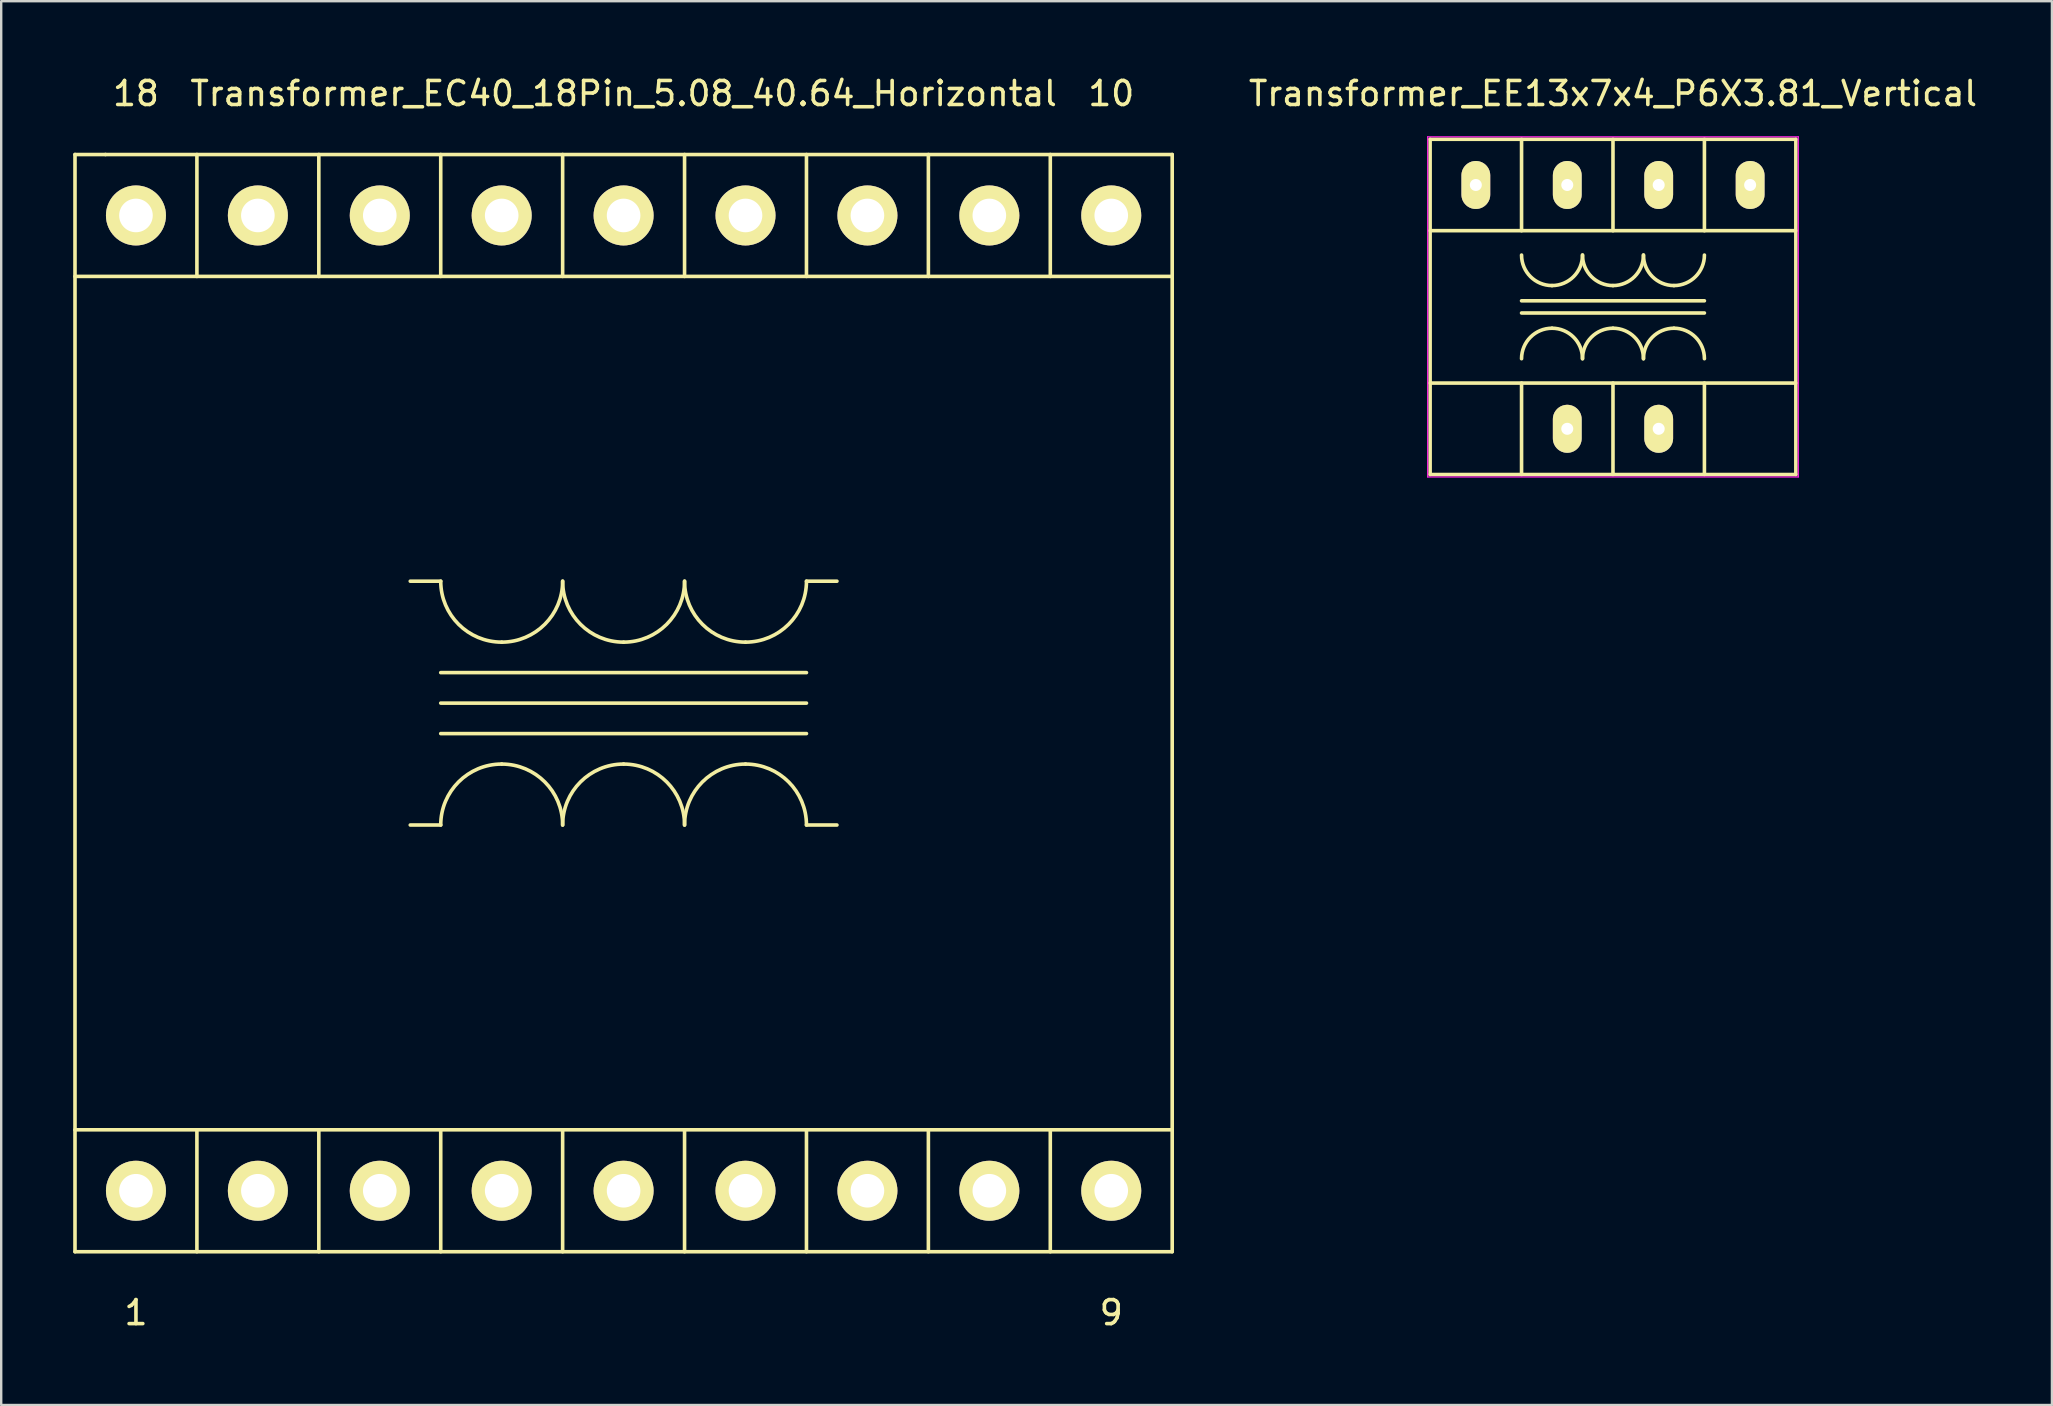
<source format=kicad_pcb>
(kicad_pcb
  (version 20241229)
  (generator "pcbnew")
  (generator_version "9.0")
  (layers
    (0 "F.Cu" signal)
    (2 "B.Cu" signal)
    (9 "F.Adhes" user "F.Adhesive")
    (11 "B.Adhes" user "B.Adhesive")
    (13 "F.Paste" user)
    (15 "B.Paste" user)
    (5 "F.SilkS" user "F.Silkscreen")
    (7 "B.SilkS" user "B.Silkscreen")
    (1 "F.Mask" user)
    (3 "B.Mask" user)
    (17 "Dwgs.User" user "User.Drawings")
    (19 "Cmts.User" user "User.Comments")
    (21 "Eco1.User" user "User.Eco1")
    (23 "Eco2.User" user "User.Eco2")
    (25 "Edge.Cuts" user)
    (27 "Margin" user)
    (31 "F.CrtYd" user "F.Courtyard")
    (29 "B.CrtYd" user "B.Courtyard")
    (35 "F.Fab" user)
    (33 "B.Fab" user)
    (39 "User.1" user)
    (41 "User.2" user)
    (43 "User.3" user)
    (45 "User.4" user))
  (footprint "Transformer_EE13x7x4_P6X3.81_Vertical"
    (layer "F.Cu")
    (at 62.257 14.818)
    (property "Reference" "Transformer_EE13x7x4_P6X3.81_Vertical" (at 1.905 -13.97 0) (layer "F.SilkS") (effects (font (size 1 1) (thickness 0.15))))
    (attr through_hole)
    (fp_line (start -5.715 -12.065) (end 9.525 -12.065) (stroke (width 0.15) (type solid)) (layer "F.SilkS"))
    (fp_line (start -5.715 -8.255) (end 9.525 -8.255) (stroke (width 0.15) (type solid)) (layer "F.SilkS"))
    (fp_line (start -5.715 -1.905) (end 9.525 -1.905) (stroke (width 0.15) (type solid)) (layer "F.SilkS"))
    (fp_line (start -5.715 1.905) (end -5.715 -12.065) (stroke (width 0.15) (type solid)) (layer "F.SilkS"))
    (fp_line (start -1.905 -12.065) (end -1.905 -8.255) (stroke (width 0.15) (type solid)) (layer "F.SilkS"))
    (fp_line (start -1.905 -5.334) (end 5.715 -5.334) (stroke (width 0.15) (type solid)) (layer "F.SilkS"))
    (fp_line (start -1.905 -4.826) (end 5.715 -4.826) (stroke (width 0.15) (type solid)) (layer "F.SilkS"))
    (fp_line (start -1.905 -1.905) (end -1.905 1.905) (stroke (width 0.15) (type solid)) (layer "F.SilkS"))
    (fp_line (start 1.905 -12.065) (end 1.905 -8.255) (stroke (width 0.15) (type solid)) (layer "F.SilkS"))
    (fp_line (start 1.905 -1.905) (end 1.905 1.905) (stroke (width 0.15) (type solid)) (layer "F.SilkS"))
    (fp_line (start 5.715 -12.065) (end 5.715 -8.255) (stroke (width 0.15) (type solid)) (layer "F.SilkS"))
    (fp_line (start 5.715 -1.905) (end 5.715 1.905) (stroke (width 0.15) (type solid)) (layer "F.SilkS"))
    (fp_line (start 9.525 -12.065) (end 9.525 1.905) (stroke (width 0.15) (type solid)) (layer "F.SilkS"))
    (fp_line (start 9.525 1.905) (end -5.715 1.905) (stroke (width 0.15) (type solid)) (layer "F.SilkS"))
    (fp_arc (start -1.905 -2.921) (mid -1.533026 -3.819026) (end -0.635 -4.191) (stroke (width 0.15) (type solid)) (layer "F.SilkS"))
    (fp_arc (start -0.635 -5.969) (mid -1.533026 -6.340974) (end -1.905 -7.239) (stroke (width 0.15) (type solid)) (layer "F.SilkS"))
    (fp_arc (start -0.635 -4.191) (mid 0.263026 -3.819026) (end 0.635 -2.921) (stroke (width 0.15) (type solid)) (layer "F.SilkS"))
    (fp_arc (start 0.635 -7.239) (mid 0.263026 -6.340974) (end -0.635 -5.969) (stroke (width 0.15) (type solid)) (layer "F.SilkS"))
    (fp_arc (start 0.635 -2.921) (mid 1.006974 -3.819026) (end 1.905 -4.191) (stroke (width 0.15) (type solid)) (layer "F.SilkS"))
    (fp_arc (start 1.905 -5.969) (mid 1.006974 -6.340974) (end 0.635 -7.239) (stroke (width 0.15) (type solid)) (layer "F.SilkS"))
    (fp_arc (start 1.905 -4.191) (mid 2.803026 -3.819026) (end 3.175 -2.921) (stroke (width 0.15) (type solid)) (layer "F.SilkS"))
    (fp_arc (start 3.175 -7.239) (mid 2.803026 -6.340974) (end 1.905 -5.969) (stroke (width 0.15) (type solid)) (layer "F.SilkS"))
    (fp_arc (start 3.175 -2.921) (mid 3.546974 -3.819026) (end 4.445 -4.191) (stroke (width 0.15) (type solid)) (layer "F.SilkS"))
    (fp_arc (start 4.445 -5.969) (mid 3.546974 -6.340974) (end 3.175 -7.239) (stroke (width 0.15) (type solid)) (layer "F.SilkS"))
    (fp_arc (start 4.445 -4.191) (mid 5.343026 -3.819026) (end 5.715 -2.921) (stroke (width 0.15) (type solid)) (layer "F.SilkS"))
    (fp_arc (start 5.715 -7.239) (mid 5.343026 -6.340974) (end 4.445 -5.969) (stroke (width 0.15) (type solid)) (layer "F.SilkS"))
    (fp_line (start -5.817 -12.167) (end 9.627 -12.167) (stroke (width 0.05) (type solid)) (layer "F.CrtYd"))
    (fp_line (start -5.817 2.007) (end -5.817 -12.167) (stroke (width 0.05) (type solid)) (layer "F.CrtYd"))
    (fp_line (start 9.627 -12.167) (end 9.627 2.007) (stroke (width 0.05) (type solid)) (layer "F.CrtYd"))
    (fp_line (start 9.627 2.007) (end -5.817 2.007) (stroke (width 0.05) (type solid)) (layer "F.CrtYd"))
    (pad "1" thru_hole oval (at 0 0) (size 1.2 2) (drill 0.5) (layers "*.Cu" "*.Mask" "F.SilkS"))
    (pad "2" thru_hole oval (at 3.81 0) (size 1.2 2) (drill 0.5) (layers "*.Cu" "*.Mask" "F.SilkS"))
    (pad "3" thru_hole oval (at 7.62 -10.16) (size 1.2 2) (drill 0.5) (layers "*.Cu" "*.Mask" "F.SilkS"))
    (pad "4" thru_hole oval (at 3.81 -10.16) (size 1.2 2) (drill 0.5) (layers "*.Cu" "*.Mask" "F.SilkS"))
    (pad "5" thru_hole oval (at 0 -10.16) (size 1.2 2) (drill 0.5) (layers "*.Cu" "*.Mask" "F.SilkS"))
    (pad "6" thru_hole oval (at -3.81 -10.16) (size 1.2 2) (drill 0.5) (layers "*.Cu" "*.Mask" "F.SilkS")))
  (footprint "Transformer_EC40_18Pin_5.08_40.64_Horizontal"
    (layer "F.Cu")
    (at 22.935 26.248)
    (property "Reference" "Transformer_EC40_18Pin_5.08_40.64_Horizontal" (at 0 -25.4 0) (layer "F.SilkS") (effects (font (size 1 1) (thickness 0.15))))
    (attr through_hole)
    (fp_line (start -22.86 -22.86) (end -22.86 22.86) (stroke (width 0.15) (type solid)) (layer "F.SilkS"))
    (fp_line (start -22.86 17.78) (end 22.86 17.78) (stroke (width 0.15) (type solid)) (layer "F.SilkS"))
    (fp_line (start -22.86 22.86) (end 22.86 22.86) (stroke (width 0.15) (type solid)) (layer "F.SilkS"))
    (fp_line (start -21.59 -22.86) (end -22.86 -22.86) (stroke (width 0.15) (type solid)) (layer "F.SilkS"))
    (fp_line (start -17.78 -22.86) (end -17.78 -17.78) (stroke (width 0.15) (type solid)) (layer "F.SilkS"))
    (fp_line (start -17.78 22.86) (end -17.78 17.78) (stroke (width 0.15) (type solid)) (layer "F.SilkS"))
    (fp_line (start -12.7 -22.86) (end -12.7 -17.78) (stroke (width 0.15) (type solid)) (layer "F.SilkS"))
    (fp_line (start -12.7 22.86) (end -12.7 17.78) (stroke (width 0.15) (type solid)) (layer "F.SilkS"))
    (fp_line (start -7.62 -22.86) (end -7.62 -17.78) (stroke (width 0.15) (type solid)) (layer "F.SilkS"))
    (fp_line (start -7.62 -5.08) (end -8.89 -5.08) (stroke (width 0.15) (type solid)) (layer "F.SilkS"))
    (fp_line (start -7.62 -1.27) (end 7.62 -1.27) (stroke (width 0.15) (type solid)) (layer "F.SilkS"))
    (fp_line (start -7.62 0) (end 7.62 0) (stroke (width 0.15) (type solid)) (layer "F.SilkS"))
    (fp_line (start -7.62 1.27) (end 7.62 1.27) (stroke (width 0.15) (type solid)) (layer "F.SilkS"))
    (fp_line (start -7.62 5.08) (end -8.89 5.08) (stroke (width 0.15) (type solid)) (layer "F.SilkS"))
    (fp_line (start -7.62 22.86) (end -7.62 17.78) (stroke (width 0.15) (type solid)) (layer "F.SilkS"))
    (fp_line (start -2.54 -22.86) (end -2.54 -17.78) (stroke (width 0.15) (type solid)) (layer "F.SilkS"))
    (fp_line (start -2.54 22.86) (end -2.54 17.78) (stroke (width 0.15) (type solid)) (layer "F.SilkS"))
    (fp_line (start 2.54 -22.86) (end 2.54 -17.78) (stroke (width 0.15) (type solid)) (layer "F.SilkS"))
    (fp_line (start 2.54 22.86) (end 2.54 17.78) (stroke (width 0.15) (type solid)) (layer "F.SilkS"))
    (fp_line (start 7.62 -22.86) (end 7.62 -17.78) (stroke (width 0.15) (type solid)) (layer "F.SilkS"))
    (fp_line (start 7.62 -5.08) (end 8.89 -5.08) (stroke (width 0.15) (type solid)) (layer "F.SilkS"))
    (fp_line (start 7.62 5.08) (end 8.89 5.08) (stroke (width 0.15) (type solid)) (layer "F.SilkS"))
    (fp_line (start 7.62 22.86) (end 7.62 17.78) (stroke (width 0.15) (type solid)) (layer "F.SilkS"))
    (fp_line (start 12.7 -22.86) (end 12.7 -17.78) (stroke (width 0.15) (type solid)) (layer "F.SilkS"))
    (fp_line (start 12.7 22.86) (end 12.7 17.78) (stroke (width 0.15) (type solid)) (layer "F.SilkS"))
    (fp_line (start 17.78 -22.86) (end 17.78 -17.78) (stroke (width 0.15) (type solid)) (layer "F.SilkS"))
    (fp_line (start 17.78 22.86) (end 17.78 17.78) (stroke (width 0.15) (type solid)) (layer "F.SilkS"))
    (fp_line (start 22.86 -22.86) (end -21.59 -22.86) (stroke (width 0.15) (type solid)) (layer "F.SilkS"))
    (fp_line (start 22.86 -17.78) (end -22.86 -17.78) (stroke (width 0.15) (type solid)) (layer "F.SilkS"))
    (fp_line (start 22.86 22.86) (end 22.86 -22.86) (stroke (width 0.15) (type solid)) (layer "F.SilkS"))
    (fp_arc (start -7.62 5.08) (mid -6.876051 3.283949) (end -5.08 2.54) (stroke (width 0.15) (type solid)) (layer "F.SilkS"))
    (fp_arc (start -5.08 -2.54) (mid -6.876051 -3.283949) (end -7.62 -5.08) (stroke (width 0.15) (type solid)) (layer "F.SilkS"))
    (fp_arc (start -5.08 2.54) (mid -3.283949 3.283949) (end -2.54 5.08) (stroke (width 0.15) (type solid)) (layer "F.SilkS"))
    (fp_arc (start -2.54 -5.08) (mid -3.283949 -3.283949) (end -5.08 -2.54) (stroke (width 0.15) (type solid)) (layer "F.SilkS"))
    (fp_arc (start -2.54 5.08) (mid -1.796051 3.283949) (end 0 2.54) (stroke (width 0.15) (type solid)) (layer "F.SilkS"))
    (fp_arc (start 0 -2.54) (mid -1.796051 -3.283949) (end -2.54 -5.08) (stroke (width 0.15) (type solid)) (layer "F.SilkS"))
    (fp_arc (start 0 2.54) (mid 1.796051 3.283949) (end 2.54 5.08) (stroke (width 0.15) (type solid)) (layer "F.SilkS"))
    (fp_arc (start 2.54 -5.08) (mid 1.796051 -3.283949) (end 0 -2.54) (stroke (width 0.15) (type solid)) (layer "F.SilkS"))
    (fp_arc (start 2.54 5.08) (mid 3.283949 3.283949) (end 5.08 2.54) (stroke (width 0.15) (type solid)) (layer "F.SilkS"))
    (fp_arc (start 5.08 -2.54) (mid 3.283949 -3.283949) (end 2.54 -5.08) (stroke (width 0.15) (type solid)) (layer "F.SilkS"))
    (fp_arc (start 5.08 2.54) (mid 6.876051 3.283949) (end 7.62 5.08) (stroke (width 0.15) (type solid)) (layer "F.SilkS"))
    (fp_arc (start 7.62 -5.08) (mid 6.876051 -3.283949) (end 5.08 -2.54) (stroke (width 0.15) (type solid)) (layer "F.SilkS"))
    (fp_text user "18" (at -20.32 -25.4 0) (layer "F.SilkS") (effects (font (size 1 1) (thickness 0.15))))
    (fp_text user "1" (at -20.32 25.4 0) (layer "F.SilkS") (effects (font (size 1 1) (thickness 0.15))))
    (fp_text user "10" (at 20.32 -25.4 0) (layer "F.SilkS") (effects (font (size 1 1) (thickness 0.15))))
    (fp_text user "9" (at 20.32 25.4 0) (layer "F.SilkS") (effects (font (size 1 1) (thickness 0.15))))
    (pad "1" thru_hole circle (at -20.32 20.32) (size 2.5 2.5) (drill 1.4) (layers "*.Cu" "*.Mask" "F.SilkS"))
    (pad "2" thru_hole circle (at -15.24 20.32) (size 2.5 2.5) (drill 1.4) (layers "*.Cu" "*.Mask" "F.SilkS"))
    (pad "3" thru_hole circle (at -10.16 20.32) (size 2.5 2.5) (drill 1.4) (layers "*.Cu" "*.Mask" "F.SilkS"))
    (pad "4" thru_hole circle (at -5.08 20.32) (size 2.5 2.5) (drill 1.4) (layers "*.Cu" "*.Mask" "F.SilkS"))
    (pad "5" thru_hole circle (at 0 20.32) (size 2.5 2.5) (drill 1.4) (layers "*.Cu" "*.Mask" "F.SilkS"))
    (pad "6" thru_hole circle (at 5.08 20.32) (size 2.5 2.5) (drill 1.4) (layers "*.Cu" "*.Mask" "F.SilkS"))
    (pad "7" thru_hole circle (at 10.16 20.32) (size 2.5 2.5) (drill 1.4) (layers "*.Cu" "*.Mask" "F.SilkS"))
    (pad "8" thru_hole circle (at 15.24 20.32) (size 2.5 2.5) (drill 1.4) (layers "*.Cu" "*.Mask" "F.SilkS"))
    (pad "9" thru_hole circle (at 20.32 20.32) (size 2.5 2.5) (drill 1.4) (layers "*.Cu" "*.Mask" "F.SilkS"))
    (pad "10" thru_hole circle (at 20.32 -20.32) (size 2.5 2.5) (drill 1.4) (layers "*.Cu" "*.Mask" "F.SilkS"))
    (pad "11" thru_hole circle (at 15.24 -20.32) (size 2.5 2.5) (drill 1.4) (layers "*.Cu" "*.Mask" "F.SilkS"))
    (pad "12" thru_hole circle (at 10.16 -20.32) (size 2.5 2.5) (drill 1.4) (layers "*.Cu" "*.Mask" "F.SilkS"))
    (pad "13" thru_hole circle (at 5.08 -20.32) (size 2.5 2.5) (drill 1.4) (layers "*.Cu" "*.Mask" "F.SilkS"))
    (pad "14" thru_hole circle (at 0 -20.32) (size 2.5 2.5) (drill 1.4) (layers "*.Cu" "*.Mask" "F.SilkS"))
    (pad "15" thru_hole circle (at -5.08 -20.32) (size 2.5 2.5) (drill 1.4) (layers "*.Cu" "*.Mask" "F.SilkS"))
    (pad "16" thru_hole circle (at -10.16 -20.32) (size 2.5 2.5) (drill 1.4) (layers "*.Cu" "*.Mask" "F.SilkS"))
    (pad "17" thru_hole circle (at -15.24 -20.32) (size 2.5 2.5) (drill 1.4) (layers "*.Cu" "*.Mask" "F.SilkS"))
    (pad "18" thru_hole circle (at -20.32 -20.32) (size 2.5 2.5) (drill 1.4) (layers "*.Cu" "*.Mask" "F.SilkS")))
  (gr_rect
    (start -3 -3)
    (end 82.453 55.496)
    (stroke (width 0.1) (type default))
    (fill no)
    (layer "Edge.Cuts")))
</source>
